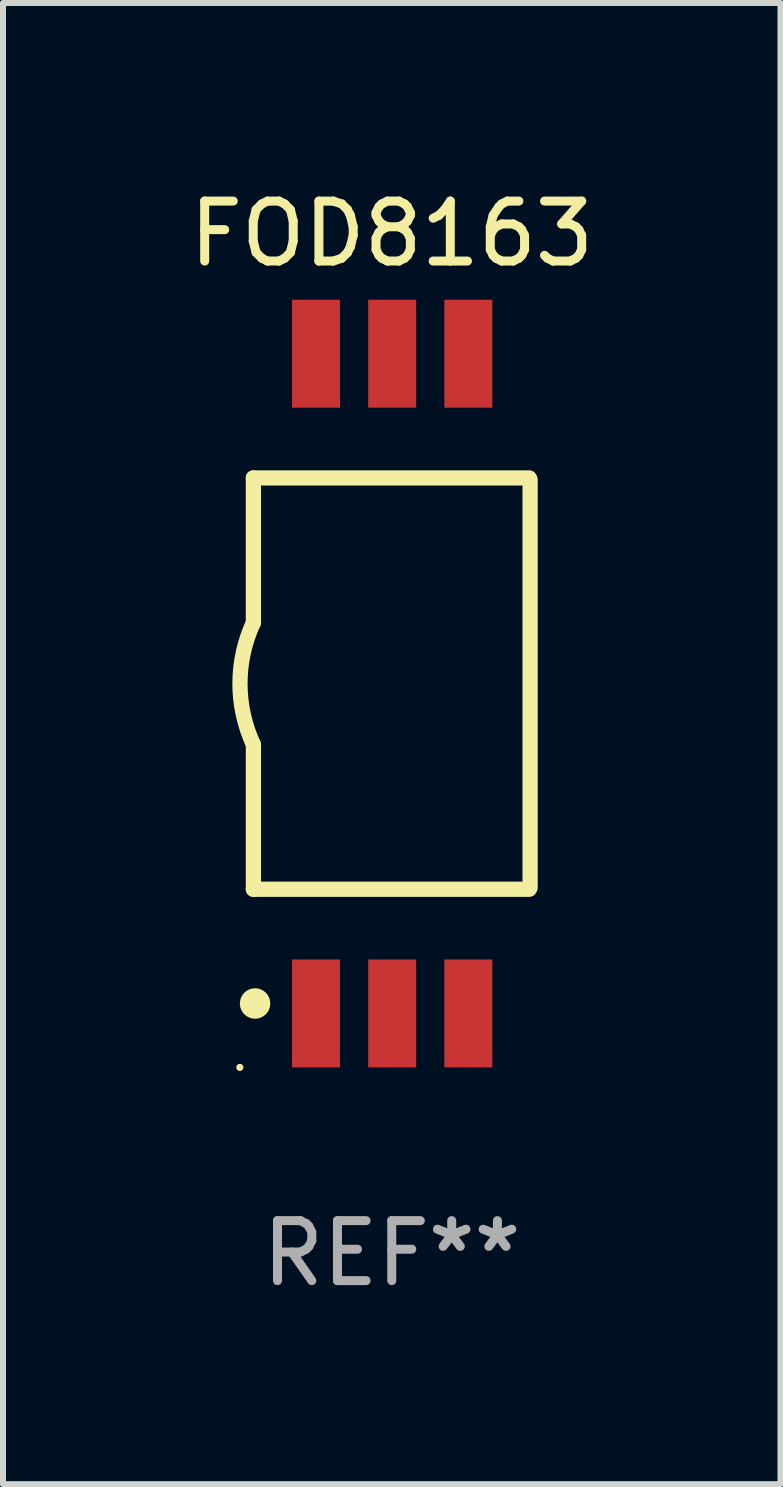
<source format=kicad_pcb>
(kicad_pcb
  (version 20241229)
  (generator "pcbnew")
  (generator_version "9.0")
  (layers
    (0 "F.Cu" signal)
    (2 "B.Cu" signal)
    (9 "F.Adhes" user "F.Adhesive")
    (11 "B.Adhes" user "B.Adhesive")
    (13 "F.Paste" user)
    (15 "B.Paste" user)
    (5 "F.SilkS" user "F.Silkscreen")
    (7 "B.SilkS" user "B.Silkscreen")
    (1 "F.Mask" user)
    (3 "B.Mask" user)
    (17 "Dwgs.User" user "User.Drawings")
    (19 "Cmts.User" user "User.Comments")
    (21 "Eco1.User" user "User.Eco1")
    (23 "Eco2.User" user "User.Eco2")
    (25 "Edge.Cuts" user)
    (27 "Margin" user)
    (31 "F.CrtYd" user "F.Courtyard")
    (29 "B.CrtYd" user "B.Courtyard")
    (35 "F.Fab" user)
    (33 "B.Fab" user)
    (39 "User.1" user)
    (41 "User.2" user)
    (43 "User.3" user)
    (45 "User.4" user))
  (footprint "FOD8163"
    (layer "F.Cu")
    (at 3.482 8.348)
    (property "Reference" "FOD8163" (at 0 -7.5 0) (layer "F.SilkS") (effects (font (size 1 1) (thickness 0.15))))
    (attr through_hole)
    (fp_line (start -2.307 -3.429) (end -2.307 -1.016) (stroke (width 0.254) (type solid)) (layer "F.SilkS"))
    (fp_line (start -2.307 -3.429) (end 2.293 -3.429) (stroke (width 0.254) (type solid)) (layer "F.SilkS"))
    (fp_line (start -2.307 3.429) (end -2.307 1.016) (stroke (width 0.254) (type solid)) (layer "F.SilkS"))
    (fp_line (start 2.293 3.429) (end -2.307 3.429) (stroke (width 0.254) (type solid)) (layer "F.SilkS"))
    (fp_line (start 2.307 -3.4) (end 2.307 3.4) (stroke (width 0.254) (type solid)) (layer "F.SilkS"))
    (fp_arc (start -2.306973 1.016002) (mid -2.53069 0.000003) (end -2.306998 -1.016002) (stroke (width 0.254001) (type solid)) (layer "F.SilkS"))
    (fp_circle (center -2.533 6.4) (end -2.503 6.4) (stroke (width 0.06) (type solid)) (fill no) (layer "F.SilkS"))
    (fp_circle (center -2.279 5.334) (end -2.152 5.334) (stroke (width 0.254) (type solid)) (fill no) (layer "F.SilkS"))
    (fp_text user "REF**" (at 0 9.5 0) (layer "F.Fab") (effects (font (size 1 1) (thickness 0.15))))
    (pad "1" smd rect (at -1.263 5.5 180) (size 0.8 1.8) (layers "F.Cu" "F.Mask" "F.Paste"))
    (pad "2" smd rect (at 0.007 5.5 180) (size 0.8 1.8) (layers "F.Cu" "F.Mask" "F.Paste"))
    (pad "3" smd rect (at 1.277 5.5 180) (size 0.8 1.8) (layers "F.Cu" "F.Mask" "F.Paste"))
    (pad "4" smd rect (at 1.277 -5.5 180) (size 0.8 1.8) (layers "F.Cu" "F.Mask" "F.Paste"))
    (pad "5" smd rect (at 0.007 -5.5 180) (size 0.8 1.8) (layers "F.Cu" "F.Mask" "F.Paste"))
    (pad "6" smd rect (at -1.263 -5.5 180) (size 0.8 1.8) (layers "F.Cu" "F.Mask" "F.Paste")))
  (gr_rect
    (start -3 -3)
    (end 9.964 21.696)
    (stroke (width 0.1) (type default))
    (fill no)
    (layer "Edge.Cuts")))
</source>
